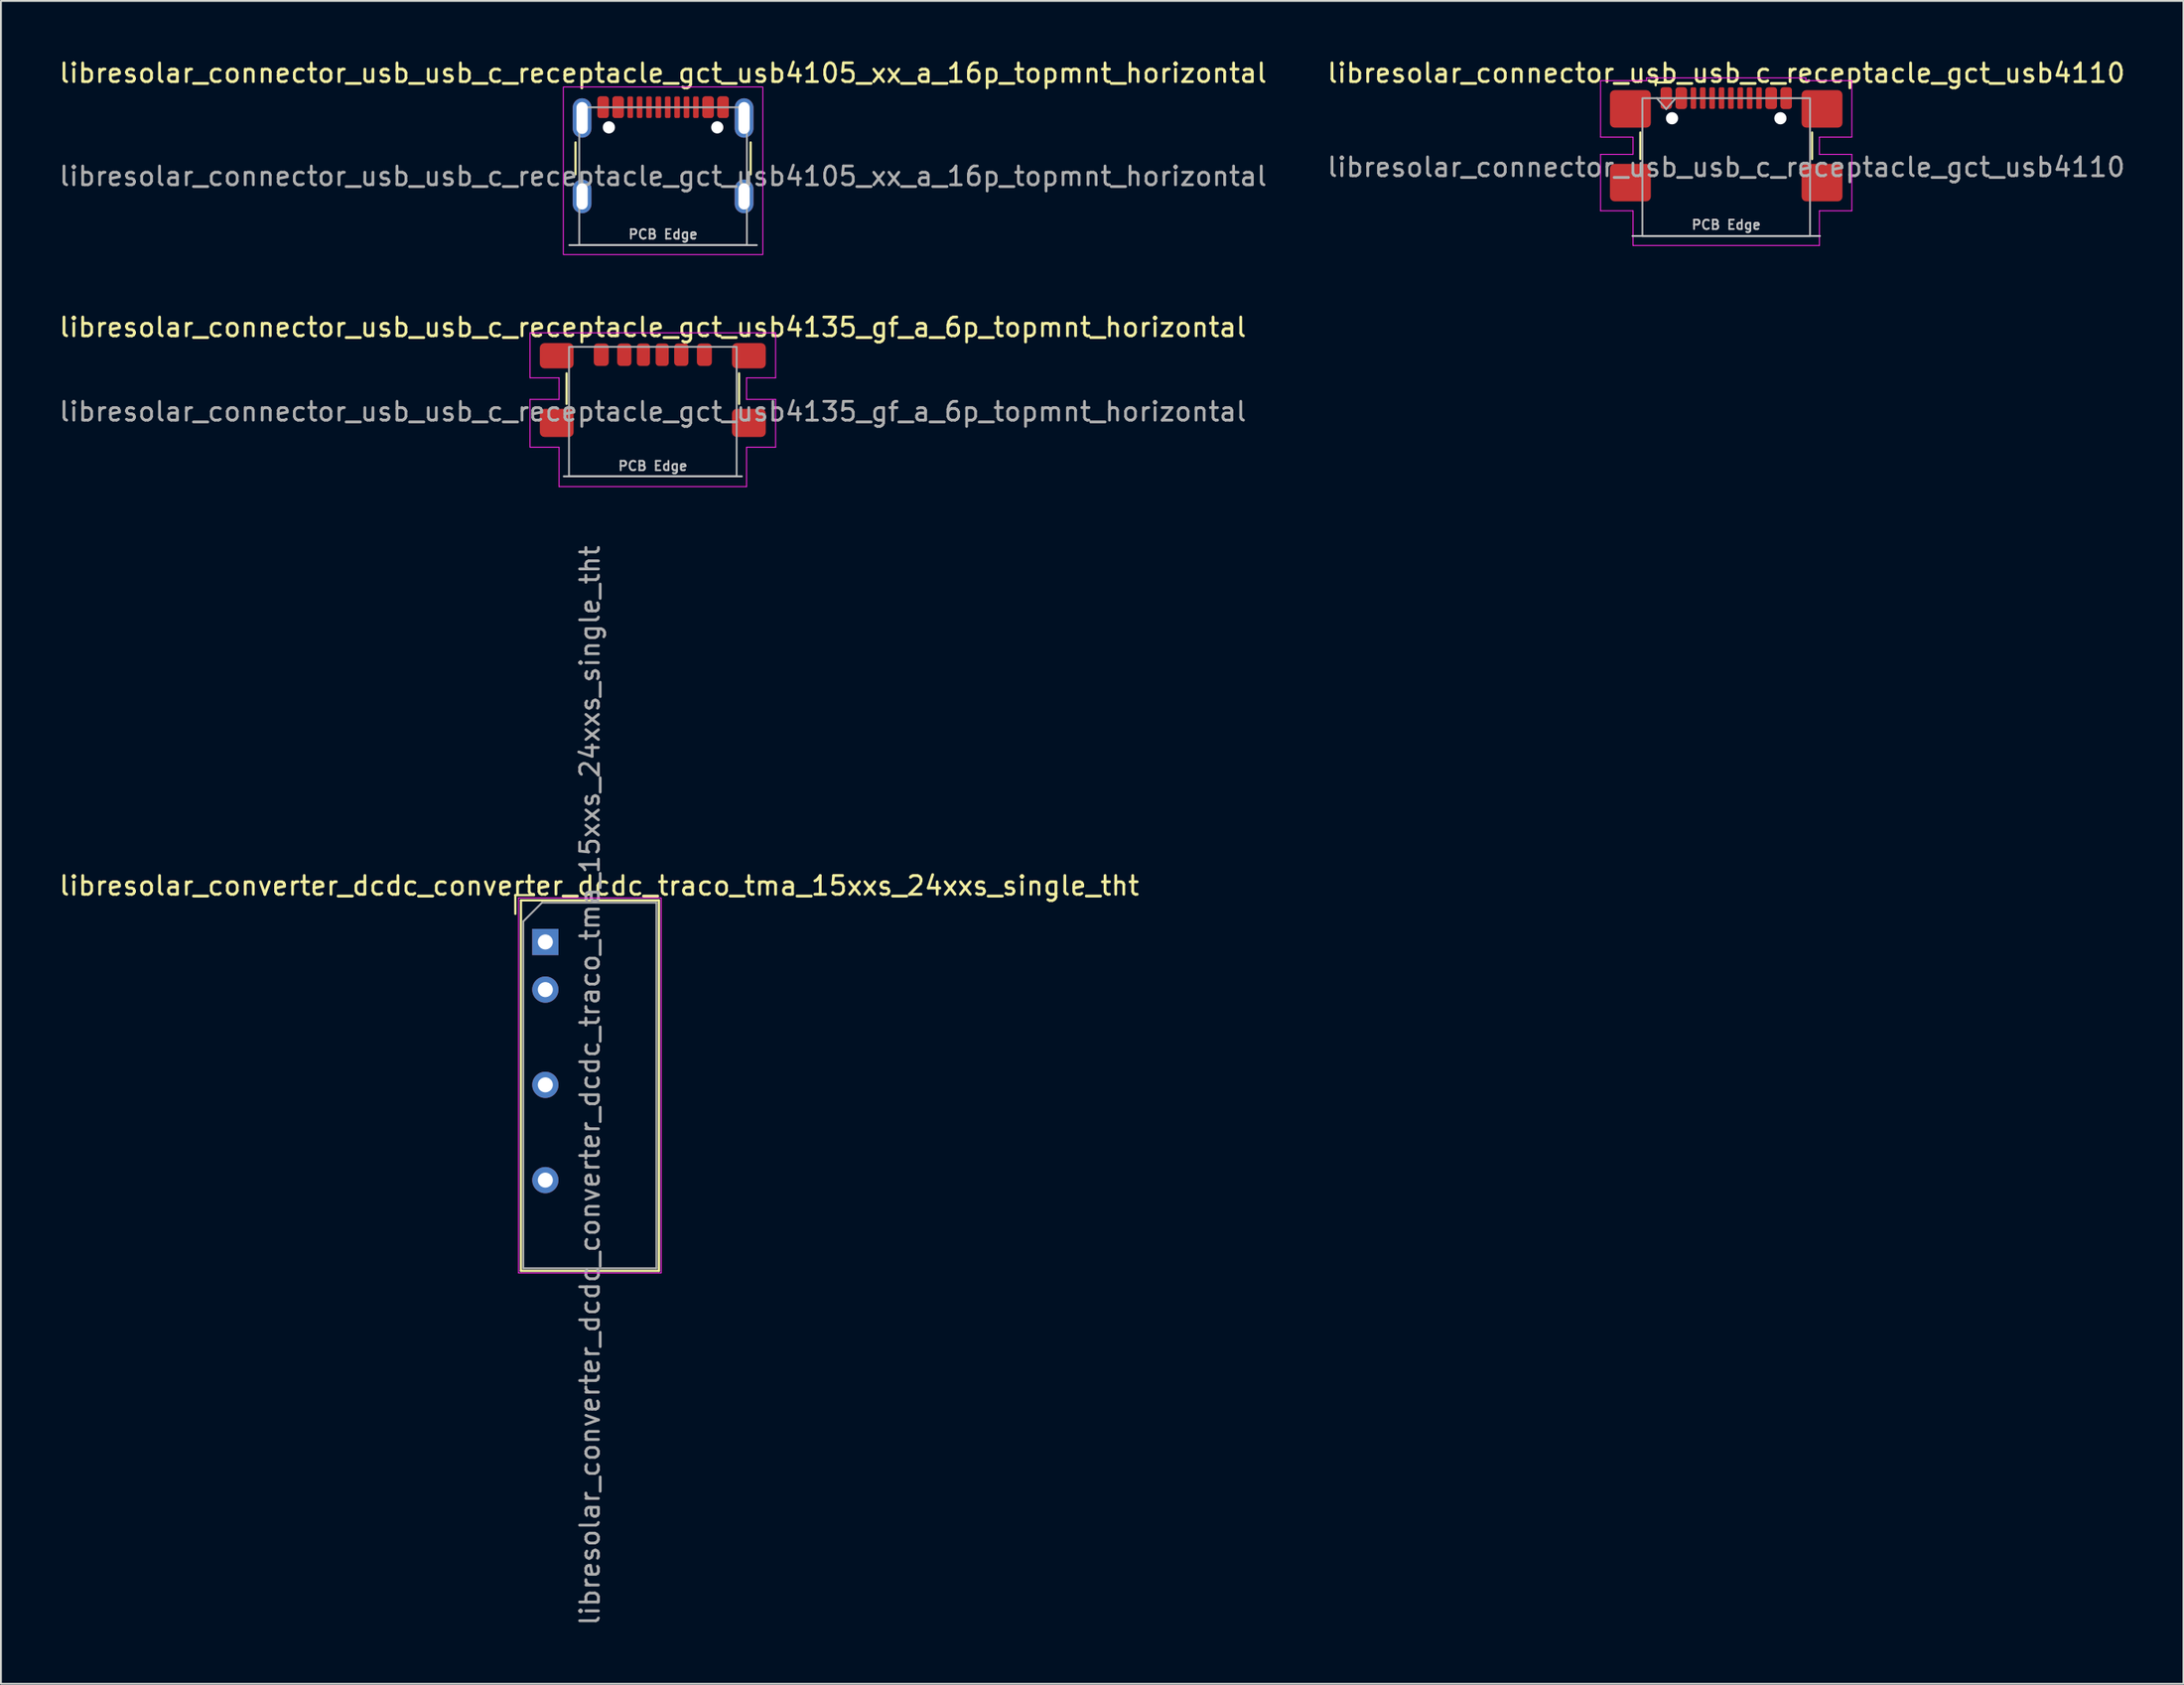
<source format=kicad_pcb>
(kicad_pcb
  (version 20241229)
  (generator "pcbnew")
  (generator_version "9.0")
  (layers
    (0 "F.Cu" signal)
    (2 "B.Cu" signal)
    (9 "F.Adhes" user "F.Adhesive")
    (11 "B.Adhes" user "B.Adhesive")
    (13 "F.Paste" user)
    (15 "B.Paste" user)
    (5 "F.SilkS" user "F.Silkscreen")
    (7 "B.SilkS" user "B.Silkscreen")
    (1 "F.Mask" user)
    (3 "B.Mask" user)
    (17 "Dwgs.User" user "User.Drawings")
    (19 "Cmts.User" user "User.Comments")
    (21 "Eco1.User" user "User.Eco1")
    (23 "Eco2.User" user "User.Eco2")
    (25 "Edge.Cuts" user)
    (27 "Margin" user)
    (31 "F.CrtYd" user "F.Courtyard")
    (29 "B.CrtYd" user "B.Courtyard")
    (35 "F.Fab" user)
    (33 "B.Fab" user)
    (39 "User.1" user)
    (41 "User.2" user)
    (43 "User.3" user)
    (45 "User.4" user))
  (footprint "libresolar_connector_usb_usb_c_receptacle_gct_usb4135_gf_a_6p_topmnt_horizontal"
    (layer "F.Cu")
    (at 31.768 18.901)
    (property "Reference" "libresolar_connector_usb_usb_c_receptacle_gct_usb4135_gf_a_6p_topmnt_horizontal" (at 0 -4.5 0) (unlocked yes) (layer "F.SilkS") (effects (font (size 1 1) (thickness 0.15))))
    (attr smd)
    (fp_line (start -4.6 -2.04) (end -4.6 -0.41) (stroke (width 0.12) (type solid)) (layer "F.SilkS"))
    (fp_line (start 4.6 -2.04) (end 4.6 -0.41) (stroke (width 0.12) (type solid)) (layer "F.SilkS"))
    (fp_line (start -4.75 3.453) (end 4.75 3.453) (stroke (width 0.1) (type solid)) (layer "Dwgs.User"))
    (fp_line (start -6.55 -4.2) (end -6.55 -1.8) (stroke (width 0.05) (type solid)) (layer "F.CrtYd"))
    (fp_line (start -6.55 -1.8) (end -5 -1.8) (stroke (width 0.05) (type solid)) (layer "F.CrtYd"))
    (fp_line (start -6.55 -0.65) (end -6.55 1.9) (stroke (width 0.05) (type solid)) (layer "F.CrtYd"))
    (fp_line (start -5 -1.8) (end -5 -0.65) (stroke (width 0.05) (type solid)) (layer "F.CrtYd"))
    (fp_line (start -5 -0.65) (end -6.55 -0.65) (stroke (width 0.05) (type solid)) (layer "F.CrtYd"))
    (fp_line (start -5 1.9) (end -6.55 1.9) (stroke (width 0.05) (type solid)) (layer "F.CrtYd"))
    (fp_line (start -5 1.9) (end -5 4) (stroke (width 0.05) (type solid)) (layer "F.CrtYd"))
    (fp_line (start -5 4) (end 5 4) (stroke (width 0.05) (type solid)) (layer "F.CrtYd"))
    (fp_line (start 5 -1.8) (end 5 -0.65) (stroke (width 0.05) (type solid)) (layer "F.CrtYd"))
    (fp_line (start 5 -1.8) (end 6.55 -1.8) (stroke (width 0.05) (type solid)) (layer "F.CrtYd"))
    (fp_line (start 5 1.9) (end 5 4) (stroke (width 0.05) (type solid)) (layer "F.CrtYd"))
    (fp_line (start 6.55 -4.2) (end -6.55 -4.2) (stroke (width 0.05) (type solid)) (layer "F.CrtYd"))
    (fp_line (start 6.55 -4.2) (end 6.55 -1.8) (stroke (width 0.05) (type solid)) (layer "F.CrtYd"))
    (fp_line (start 6.55 -0.65) (end 5 -0.65) (stroke (width 0.05) (type solid)) (layer "F.CrtYd"))
    (fp_line (start 6.55 -0.65) (end 6.55 1.9) (stroke (width 0.05) (type solid)) (layer "F.CrtYd"))
    (fp_line (start 6.55 1.9) (end 5 1.9) (stroke (width 0.05) (type solid)) (layer "F.CrtYd"))
    (fp_rect (start -4.47 -3.453) (end 4.47 3.453) (stroke (width 0.1) (type solid)) (fill no) (layer "F.Fab"))
    (fp_text user "PCB Edge" (at 0 2.9 0) (unlocked yes) (layer "Dwgs.User") (effects (font (size 0.5 0.5) (thickness 0.1))))
    (fp_text user "${REFERENCE}" (at 0 0 0) (unlocked yes) (layer "F.Fab") (effects (font (size 1 1) (thickness 0.15))))
    (pad "A5" smd roundrect (at -0.5 -3.033) (size 0.7 1.2) (layers "F.Cu" "F.Mask" "F.Paste") (roundrect_rratio 0.25))
    (pad "A9" smd roundrect (at 1.52 -3.033 180) (size 0.76 1.2) (layers "F.Cu" "F.Mask" "F.Paste") (roundrect_rratio 0.25))
    (pad "A12" smd roundrect (at 2.75 -3.033 180) (size 0.8 1.2) (layers "F.Cu" "F.Mask" "F.Paste") (roundrect_rratio 0.25))
    (pad "B5" smd roundrect (at 0.5 -3.033 180) (size 0.7 1.2) (layers "F.Cu" "F.Mask" "F.Paste") (roundrect_rratio 0.25))
    (pad "B9" smd roundrect (at -1.52 -3.033) (size 0.76 1.2) (layers "F.Cu" "F.Mask" "F.Paste") (roundrect_rratio 0.25))
    (pad "B12" smd roundrect (at -2.75 -3.033) (size 0.8 1.2) (layers "F.Cu" "F.Mask" "F.Paste") (roundrect_rratio 0.25))
    (pad "S1" smd roundrect (at -5.125 -2.978) (size 1.8 1.35) (layers "F.Cu" "F.Mask" "F.Paste") (roundrect_rratio 0.185))
    (pad "S1" smd roundrect (at -5.125 0.603) (size 1.8 1.5) (layers "F.Cu" "F.Mask" "F.Paste") (roundrect_rratio 0.167))
    (pad "S1" smd roundrect (at 5.125 -2.978) (size 1.8 1.35) (layers "F.Cu" "F.Mask" "F.Paste") (roundrect_rratio 0.185))
    (pad "S1" smd roundrect (at 5.125 0.603) (size 1.8 1.5) (layers "F.Cu" "F.Mask" "F.Paste") (roundrect_rratio 0.167)))
  (footprint "libresolar_converter_dcdc_converter_dcdc_traco_tma_15xxs_24xxs_single_tht"
    (layer "F.Cu")
    (at 26.036 47.187)
    (property "Reference" "libresolar_converter_dcdc_converter_dcdc_traco_tma_15xxs_24xxs_single_tht" (at 2.875 -3 0) (layer "F.SilkS") (effects (font (size 1 1) (thickness 0.15))))
    (attr through_hole)
    (fp_line (start -1.6 -2.5) (end -1.6 -1.5) (stroke (width 0.12) (type solid)) (layer "F.SilkS"))
    (fp_line (start -1.6 -2.5) (end -0.6 -2.5) (stroke (width 0.12) (type solid)) (layer "F.SilkS"))
    (fp_line (start -1.3 -2.22) (end -1.3 17.54) (stroke (width 0.12) (type solid)) (layer "F.SilkS"))
    (fp_line (start 6.06 -2.22) (end -1.3 -2.22) (stroke (width 0.12) (type solid)) (layer "F.SilkS"))
    (fp_line (start 6.06 -2.22) (end 6.06 17.54) (stroke (width 0.12) (type solid)) (layer "F.SilkS"))
    (fp_line (start 6.06 17.54) (end -1.3 17.54) (stroke (width 0.12) (type solid)) (layer "F.SilkS"))
    (fp_line (start -1.43 -2.35) (end -1.43 17.65) (stroke (width 0.05) (type solid)) (layer "F.CrtYd"))
    (fp_line (start 6.18 -2.35) (end -1.43 -2.35) (stroke (width 0.05) (type solid)) (layer "F.CrtYd"))
    (fp_line (start 6.18 -2.35) (end 6.18 17.65) (stroke (width 0.05) (type solid)) (layer "F.CrtYd"))
    (fp_line (start 6.18 17.65) (end -1.43 17.65) (stroke (width 0.05) (type solid)) (layer "F.CrtYd"))
    (fp_line (start -1.175 17.4) (end -1.175 -1.1) (stroke (width 0.1) (type solid)) (layer "F.Fab"))
    (fp_line (start -0.175 -2.1) (end -1.175 -1.1) (stroke (width 0.1) (type solid)) (layer "F.Fab"))
    (fp_line (start -0.175 -2.1) (end 5.925 -2.1) (stroke (width 0.1) (type solid)) (layer "F.Fab"))
    (fp_line (start 5.925 -2.1) (end 5.925 17.4) (stroke (width 0.1) (type solid)) (layer "F.Fab"))
    (fp_line (start 5.925 17.4) (end -1.175 17.4) (stroke (width 0.1) (type solid)) (layer "F.Fab"))
    (fp_text user "${REFERENCE}" (at 2.375 7.65 270) (layer "F.Fab") (effects (font (size 1 1) (thickness 0.15))))
    (pad "1" thru_hole rect (at 0 0 270) (size 1.4 1.4) (drill 0.8) (layers "*.Cu" "*.Mask"))
    (pad "2" thru_hole circle (at 0 2.54 270) (size 1.4 1.4) (drill 0.8) (layers "*.Cu" "*.Mask"))
    (pad "4" thru_hole circle (at 0 7.62 270) (size 1.4 1.4) (drill 0.8) (layers "*.Cu" "*.Mask"))
    (pad "6" thru_hole circle (at 0 12.7 270) (size 1.4 1.4) (drill 0.8) (layers "*.Cu" "*.Mask")))
  (footprint "libresolar_connector_usb_usb_c_receptacle_gct_usb4110"
    (layer "F.Cu")
    (at 89.018 5.863)
    (property "Reference" "libresolar_connector_usb_usb_c_receptacle_gct_usb4110" (at 0 -5.015 0) (unlocked yes) (layer "F.SilkS") (effects (font (size 1 1) (thickness 0.15))))
    (attr smd)
    (fp_line (start -4.58 -0.435) (end -4.58 -1.845) (stroke (width 0.12) (type default)) (layer "F.SilkS"))
    (fp_line (start -3.76 -4.515) (end -3.76 -4.365) (stroke (width 0.12) (type default)) (layer "F.SilkS"))
    (fp_line (start -2.96 -4.515) (end -3.76 -4.515) (stroke (width 0.12) (type default)) (layer "F.SilkS"))
    (fp_line (start 4.58 -0.435) (end 4.58 -1.845) (stroke (width 0.12) (type default)) (layer "F.SilkS"))
    (fp_line (start -5 3.675) (end 5 3.675) (stroke (width 0.1) (type default)) (layer "Dwgs.User"))
    (fp_line (start -6.7 -4.61) (end -4.25 -4.61) (stroke (width 0.05) (type default)) (layer "F.CrtYd"))
    (fp_line (start -6.7 -1.6) (end -6.7 -4.61) (stroke (width 0.05) (type default)) (layer "F.CrtYd"))
    (fp_line (start -6.7 -0.68) (end -4.97 -0.68) (stroke (width 0.05) (type default)) (layer "F.CrtYd"))
    (fp_line (start -6.7 2.33) (end -6.7 -0.68) (stroke (width 0.05) (type default)) (layer "F.CrtYd"))
    (fp_line (start -4.97 -1.6) (end -6.7 -1.6) (stroke (width 0.05) (type default)) (layer "F.CrtYd"))
    (fp_line (start -4.97 -0.68) (end -4.97 -1.6) (stroke (width 0.05) (type default)) (layer "F.CrtYd"))
    (fp_line (start -4.97 2.33) (end -6.7 2.33) (stroke (width 0.05) (type default)) (layer "F.CrtYd"))
    (fp_line (start -4.97 4.18) (end -4.97 2.33) (stroke (width 0.05) (type default)) (layer "F.CrtYd"))
    (fp_line (start -4.25 -4.76) (end 4.25 -4.76) (stroke (width 0.05) (type default)) (layer "F.CrtYd"))
    (fp_line (start -4.25 -4.61) (end -4.25 -4.76) (stroke (width 0.05) (type default)) (layer "F.CrtYd"))
    (fp_line (start 4.25 -4.76) (end 4.25 -4.61) (stroke (width 0.05) (type default)) (layer "F.CrtYd"))
    (fp_line (start 4.25 -4.61) (end 6.7 -4.61) (stroke (width 0.05) (type default)) (layer "F.CrtYd"))
    (fp_line (start 4.97 -1.6) (end 4.97 -0.68) (stroke (width 0.05) (type default)) (layer "F.CrtYd"))
    (fp_line (start 4.97 -0.68) (end 6.7 -0.68) (stroke (width 0.05) (type default)) (layer "F.CrtYd"))
    (fp_line (start 4.97 2.33) (end 4.97 4.18) (stroke (width 0.05) (type default)) (layer "F.CrtYd"))
    (fp_line (start 4.97 4.18) (end -4.97 4.18) (stroke (width 0.05) (type default)) (layer "F.CrtYd"))
    (fp_line (start 6.7 -4.61) (end 6.7 -1.6) (stroke (width 0.05) (type default)) (layer "F.CrtYd"))
    (fp_line (start 6.7 -1.6) (end 4.97 -1.6) (stroke (width 0.05) (type default)) (layer "F.CrtYd"))
    (fp_line (start 6.7 -0.68) (end 6.7 2.33) (stroke (width 0.05) (type default)) (layer "F.CrtYd"))
    (fp_line (start 6.7 2.33) (end 4.97 2.33) (stroke (width 0.05) (type default)) (layer "F.CrtYd"))
    (fp_line (start -3.7 -3.675) (end -3.2 -3.095) (stroke (width 0.1) (type default)) (layer "F.Fab"))
    (fp_line (start -3.2 -3.095) (end -2.7 -3.675) (stroke (width 0.1) (type default)) (layer "F.Fab"))
    (fp_rect (start -4.47 -3.675) (end 4.47 3.675) (stroke (width 0.1) (type default)) (fill no) (layer "F.Fab"))
    (fp_text user "PCB Edge" (at 0 3.075 0) (unlocked yes) (layer "Dwgs.User") (effects (font (size 0.5 0.5) (thickness 0.1) (bold yes))))
    (fp_text user "${REFERENCE}" (at 0 0 0) (unlocked yes) (layer "F.Fab") (effects (font (size 1 1) (thickness 0.15))))
    (pad "" np_thru_hole circle (at -2.89 -2.605) (size 0.65 0.65) (drill 0.65) (layers "*.Cu" "*.Mask"))
    (pad "" np_thru_hole circle (at 2.89 -2.605) (size 0.65 0.65) (drill 0.65) (layers "*.Cu" "*.Mask"))
    (pad "A1" smd roundrect (at -3.2 -3.68) (size 0.6 1.15) (layers "F.Cu" "F.Mask" "F.Paste") (roundrect_rratio 0.25))
    (pad "A4" smd roundrect (at -2.4 -3.68) (size 0.6 1.15) (layers "F.Cu" "F.Mask" "F.Paste") (roundrect_rratio 0.25))
    (pad "A5" smd roundrect (at -1.25 -3.68) (size 0.3 1.15) (layers "F.Cu" "F.Mask" "F.Paste") (roundrect_rratio 0.25))
    (pad "A6" smd roundrect (at -0.25 -3.68) (size 0.3 1.15) (layers "F.Cu" "F.Mask" "F.Paste") (roundrect_rratio 0.25))
    (pad "A7" smd roundrect (at 0.25 -3.68) (size 0.3 1.15) (layers "F.Cu" "F.Mask" "F.Paste") (roundrect_rratio 0.25))
    (pad "A8" smd roundrect (at 1.25 -3.68) (size 0.3 1.15) (layers "F.Cu" "F.Mask" "F.Paste") (roundrect_rratio 0.25))
    (pad "A9" smd roundrect (at 2.4 -3.68) (size 0.6 1.15) (layers "F.Cu" "F.Mask" "F.Paste") (roundrect_rratio 0.25))
    (pad "A12" smd roundrect (at 3.2 -3.68) (size 0.6 1.15) (layers "F.Cu" "F.Mask" "F.Paste") (roundrect_rratio 0.25))
    (pad "B1" smd roundrect (at 3.2 -3.68) (size 0.6 1.15) (layers "F.Cu" "F.Mask" "F.Paste") (roundrect_rratio 0.25))
    (pad "B4" smd roundrect (at 2.4 -3.68) (size 0.6 1.15) (layers "F.Cu" "F.Mask" "F.Paste") (roundrect_rratio 0.25))
    (pad "B5" smd roundrect (at 1.75 -3.68) (size 0.3 1.15) (layers "F.Cu" "F.Mask" "F.Paste") (roundrect_rratio 0.25))
    (pad "B6" smd roundrect (at 0.75 -3.68) (size 0.3 1.15) (layers "F.Cu" "F.Mask" "F.Paste") (roundrect_rratio 0.25))
    (pad "B7" smd roundrect (at -0.75 -3.68) (size 0.3 1.15) (layers "F.Cu" "F.Mask" "F.Paste") (roundrect_rratio 0.25))
    (pad "B8" smd roundrect (at -1.75 -3.68) (size 0.3 1.15) (layers "F.Cu" "F.Mask" "F.Paste") (roundrect_rratio 0.25))
    (pad "B9" smd roundrect (at -2.4 -3.68) (size 0.6 1.15) (layers "F.Cu" "F.Mask" "F.Paste") (roundrect_rratio 0.25))
    (pad "B12" smd roundrect (at -3.2 -3.68) (size 0.6 1.15) (layers "F.Cu" "F.Mask" "F.Paste") (roundrect_rratio 0.25))
    (pad "S1" smd roundrect (at -5.11 -3.105) (size 2.18 2) (layers "F.Cu" "F.Mask" "F.Paste") (roundrect_rratio 0.125))
    (pad "S1" smd roundrect (at -5.11 0.825) (size 2.18 2) (layers "F.Cu" "F.Mask" "F.Paste") (roundrect_rratio 0.125))
    (pad "S1" smd roundrect (at 5.11 -3.105) (size 2.18 2) (layers "F.Cu" "F.Mask" "F.Paste") (roundrect_rratio 0.125))
    (pad "S1" smd roundrect (at 5.11 0.825) (size 2.18 2) (layers "F.Cu" "F.Mask" "F.Paste") (roundrect_rratio 0.125)))
  (footprint "libresolar_connector_usb_usb_c_receptacle_gct_usb4105_xx_a_16p_topmnt_horizontal"
    (layer "F.Cu")
    (at 32.315 6.348)
    (property "Reference" "libresolar_connector_usb_usb_c_receptacle_gct_usb4105_xx_a_16p_topmnt_horizontal" (at 0 -5.5 0) (unlocked yes) (layer "F.SilkS") (effects (font (size 1 1) (thickness 0.15))))
    (attr smd)
    (fp_line (start -4.67 -0.1) (end -4.67 -1.8) (stroke (width 0.12) (type solid)) (layer "F.SilkS"))
    (fp_line (start 4.67 -0.1) (end 4.67 -1.8) (stroke (width 0.12) (type solid)) (layer "F.SilkS"))
    (fp_line (start 5 3.675) (end -5 3.675) (stroke (width 0.1) (type solid)) (layer "Dwgs.User"))
    (fp_rect (start -5.32 -4.76) (end 5.32 4.18) (stroke (width 0.05) (type solid)) (fill no) (layer "F.CrtYd"))
    (fp_rect (start -4.47 -3.675) (end 4.47 3.675) (stroke (width 0.1) (type solid)) (fill no) (layer "F.Fab"))
    (fp_text user "PCB Edge" (at 0 3.1 0) (unlocked yes) (layer "Dwgs.User") (effects (font (size 0.5 0.5) (thickness 0.1))))
    (fp_text user "${REFERENCE}" (at 0 0 0) (unlocked yes) (layer "F.Fab") (effects (font (size 1 1) (thickness 0.15))))
    (pad "" np_thru_hole circle (at -2.89 -2.605) (size 0.65 0.65) (drill 0.65) (layers "*.Cu" "*.Mask"))
    (pad "" np_thru_hole circle (at 2.89 -2.605) (size 0.65 0.65) (drill 0.65) (layers "*.Cu" "*.Mask"))
    (pad "A1" smd roundrect (at -3.2 -3.68) (size 0.6 1.15) (layers "F.Cu" "F.Mask" "F.Paste") (roundrect_rratio 0.25))
    (pad "A4" smd roundrect (at -2.4 -3.68) (size 0.6 1.15) (layers "F.Cu" "F.Mask" "F.Paste") (roundrect_rratio 0.25))
    (pad "A5" smd roundrect (at -1.25 -3.68) (size 0.3 1.15) (layers "F.Cu" "F.Mask" "F.Paste") (roundrect_rratio 0.25))
    (pad "A6" smd roundrect (at -0.25 -3.68) (size 0.3 1.15) (layers "F.Cu" "F.Mask" "F.Paste") (roundrect_rratio 0.25))
    (pad "A7" smd roundrect (at 0.25 -3.68) (size 0.3 1.15) (layers "F.Cu" "F.Mask" "F.Paste") (roundrect_rratio 0.25))
    (pad "A8" smd roundrect (at 1.25 -3.68) (size 0.3 1.15) (layers "F.Cu" "F.Mask" "F.Paste") (roundrect_rratio 0.25))
    (pad "A9" smd roundrect (at 2.4 -3.68) (size 0.6 1.15) (layers "F.Cu" "F.Mask" "F.Paste") (roundrect_rratio 0.25))
    (pad "A12" smd roundrect (at 3.2 -3.68) (size 0.6 1.15) (layers "F.Cu" "F.Mask" "F.Paste") (roundrect_rratio 0.25))
    (pad "B1" smd roundrect (at 3.2 -3.68) (size 0.6 1.15) (layers "F.Cu" "F.Mask" "F.Paste") (roundrect_rratio 0.25))
    (pad "B4" smd roundrect (at 2.4 -3.68) (size 0.6 1.15) (layers "F.Cu" "F.Mask" "F.Paste") (roundrect_rratio 0.25))
    (pad "B5" smd roundrect (at 1.75 -3.68) (size 0.3 1.15) (layers "F.Cu" "F.Mask" "F.Paste") (roundrect_rratio 0.25))
    (pad "B6" smd roundrect (at 0.75 -3.68) (size 0.3 1.15) (layers "F.Cu" "F.Mask" "F.Paste") (roundrect_rratio 0.25))
    (pad "B7" smd roundrect (at -0.75 -3.68) (size 0.3 1.15) (layers "F.Cu" "F.Mask" "F.Paste") (roundrect_rratio 0.25))
    (pad "B8" smd roundrect (at -1.75 -3.68) (size 0.3 1.15) (layers "F.Cu" "F.Mask" "F.Paste") (roundrect_rratio 0.25))
    (pad "B9" smd roundrect (at -2.4 -3.68) (size 0.6 1.15) (layers "F.Cu" "F.Mask" "F.Paste") (roundrect_rratio 0.25))
    (pad "B12" smd roundrect (at -3.2 -3.68) (size 0.6 1.15) (layers "F.Cu" "F.Mask" "F.Paste") (roundrect_rratio 0.25))
    (pad "S1" thru_hole oval (at -4.32 -3.105) (size 1 2.1) (drill oval 0.6 1.7) (layers "*.Cu" "*.Mask" "F.Paste"))
    (pad "S1" thru_hole oval (at -4.32 1.075) (size 1 1.8) (drill oval 0.6 1.4) (layers "*.Cu" "*.Mask" "F.Paste"))
    (pad "S1" thru_hole oval (at 4.32 -3.105) (size 1 2.1) (drill oval 0.6 1.7) (layers "*.Cu" "*.Mask" "F.Paste"))
    (pad "S1" thru_hole oval (at 4.32 1.075) (size 1 1.8) (drill oval 0.6 1.4) (layers "*.Cu" "*.Mask" "F.Paste")))
  (gr_rect
    (start -3 -3)
    (end 113.405 86.748)
    (stroke (width 0.1) (type default))
    (fill no)
    (layer "Edge.Cuts")))
</source>
